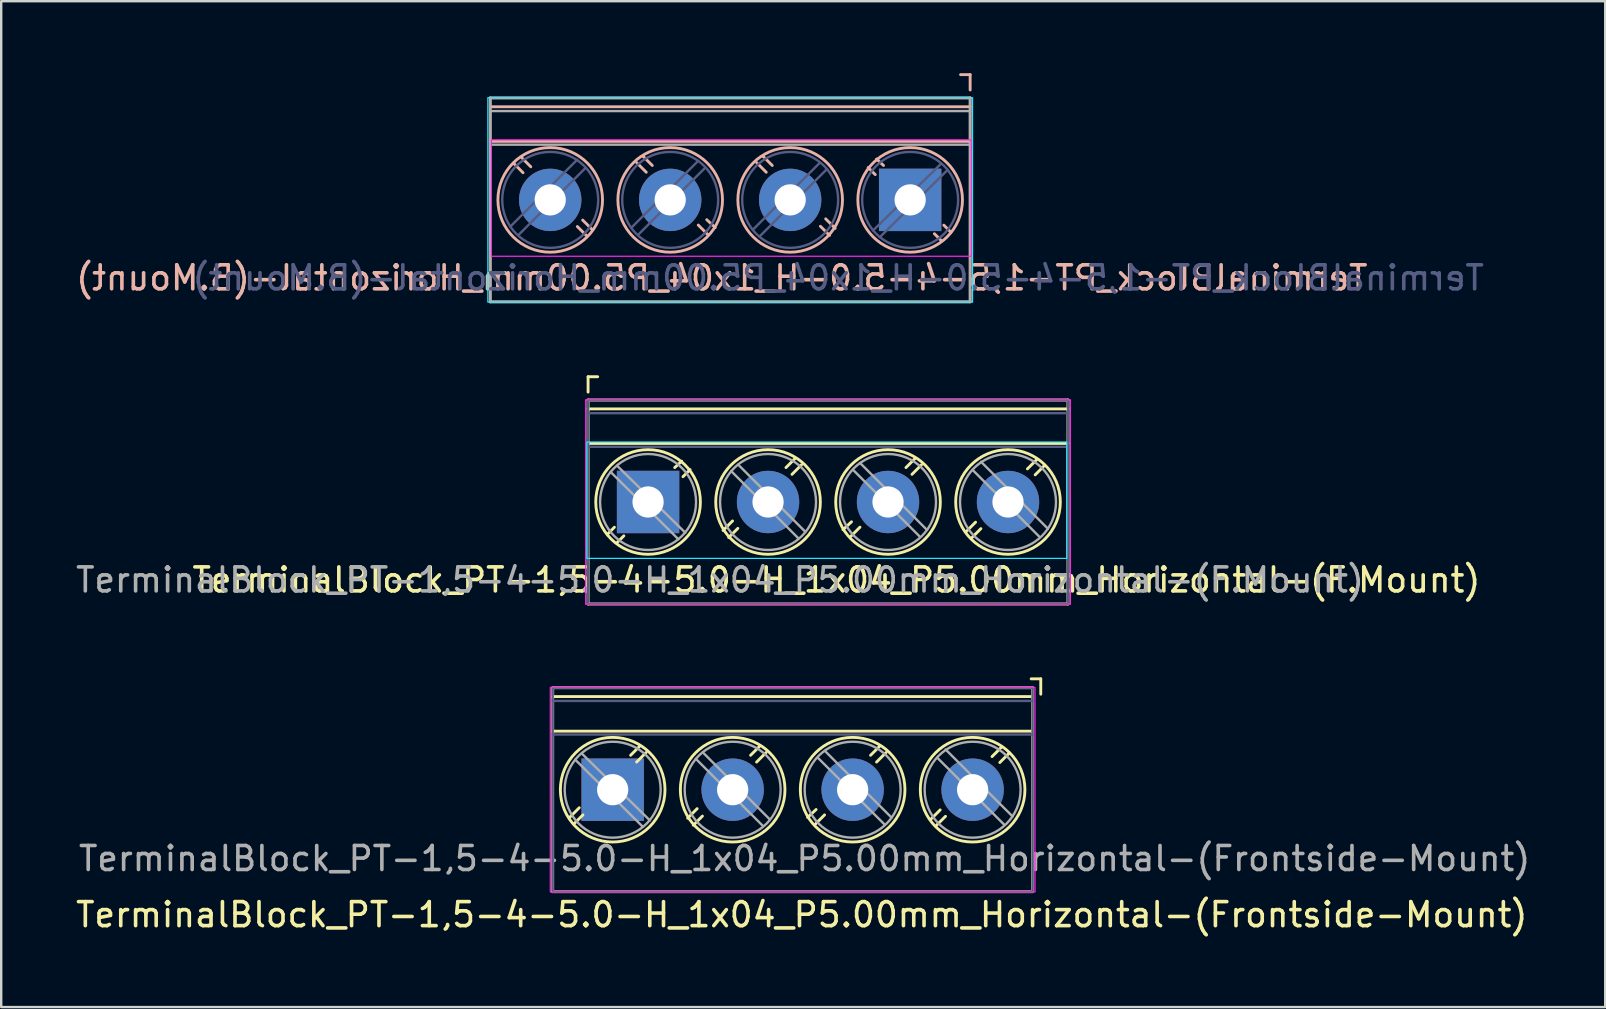
<source format=kicad_pcb>
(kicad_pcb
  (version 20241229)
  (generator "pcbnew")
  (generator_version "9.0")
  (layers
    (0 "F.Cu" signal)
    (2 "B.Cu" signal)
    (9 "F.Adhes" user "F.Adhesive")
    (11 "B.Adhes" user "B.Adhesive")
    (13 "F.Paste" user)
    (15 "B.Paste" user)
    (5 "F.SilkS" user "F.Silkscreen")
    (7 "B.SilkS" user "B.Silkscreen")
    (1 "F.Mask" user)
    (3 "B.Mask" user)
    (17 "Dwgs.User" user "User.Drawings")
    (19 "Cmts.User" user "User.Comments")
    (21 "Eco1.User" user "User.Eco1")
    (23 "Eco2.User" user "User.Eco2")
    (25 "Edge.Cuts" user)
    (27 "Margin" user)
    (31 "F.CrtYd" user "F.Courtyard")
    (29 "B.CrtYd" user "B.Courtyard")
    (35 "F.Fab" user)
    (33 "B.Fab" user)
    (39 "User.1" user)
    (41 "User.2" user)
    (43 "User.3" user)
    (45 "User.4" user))
  (footprint "TerminalBlock_PT-1,5-4-5.0-H_1x04_P5.00mm_Horizontal-(F.Mount)"
    (layer "F.Cu")
    (at 23.958 17.87)
    (property "Reference" "TerminalBlock_PT-1,5-4-5.0-H_1x04_P5.00mm_Horizontal-(F.Mount)" (at 7.85 3.25 0) (layer "F.SilkS") (effects (font (size 1 1) (thickness 0.15))))
    (attr through_hole)
    (fp_line (start -2.5 -5.22) (end -2.1 -5.22) (stroke (width 0.12) (type solid)) (layer "F.SilkS"))
    (fp_line (start -2.5 -4.58) (end -2.5 -5.22) (stroke (width 0.12) (type solid)) (layer "F.SilkS"))
    (fp_line (start -2.5 4.25) (end -2.5 -4.25) (stroke (width 0.12) (type solid)) (layer "F.SilkS"))
    (fp_line (start -1.7 1.35) (end -1.403 1.052) (stroke (width 0.12) (type solid)) (layer "F.SilkS"))
    (fp_line (start -1.3 1.7) (end -1.01 1.41) (stroke (width 0.12) (type solid)) (layer "F.SilkS"))
    (fp_line (start 1.11 -1.434) (end 1.4 -1.7) (stroke (width 0.12) (type solid)) (layer "F.SilkS"))
    (fp_line (start 1.455 -1.054) (end 1.75 -1.35) (stroke (width 0.12) (type solid)) (layer "F.SilkS"))
    (fp_line (start 3.125 1.186) (end 3.52 0.79) (stroke (width 0.12) (type solid)) (layer "F.SilkS"))
    (fp_line (start 3.36 1.48) (end 3.74 1.1) (stroke (width 0.12) (type solid)) (layer "F.SilkS"))
    (fp_line (start 5.747 -1.434) (end 6.127 -1.814) (stroke (width 0.12) (type solid)) (layer "F.SilkS"))
    (fp_line (start 5.998 -1.152) (end 6.393 -1.548) (stroke (width 0.12) (type solid)) (layer "F.SilkS"))
    (fp_line (start 8.123 1.154) (end 8.477 0.826) (stroke (width 0.12) (type solid)) (layer "F.SilkS"))
    (fp_line (start 8.45 1.43) (end 8.83 1.05) (stroke (width 0.12) (type solid)) (layer "F.SilkS"))
    (fp_line (start 10.747 -1.434) (end 11.127 -1.814) (stroke (width 0.12) (type solid)) (layer "F.SilkS"))
    (fp_line (start 10.998 -1.152) (end 11.393 -1.548) (stroke (width 0.12) (type solid)) (layer "F.SilkS"))
    (fp_line (start 13.252 1.238) (end 13.648 0.842) (stroke (width 0.12) (type solid)) (layer "F.SilkS"))
    (fp_line (start 13.49 1.49) (end 13.87 1.11) (stroke (width 0.12) (type solid)) (layer "F.SilkS"))
    (fp_line (start 15.81 -1.38) (end 16.19 -1.76) (stroke (width 0.12) (type solid)) (layer "F.SilkS"))
    (fp_line (start 16.133 -1.132) (end 16.527 -1.528) (stroke (width 0.12) (type solid)) (layer "F.SilkS"))
    (fp_line (start 17.5 -4.25) (end -2.5 -4.25) (stroke (width 0.12) (type solid)) (layer "F.SilkS"))
    (fp_line (start 17.5 -3.88) (end -2.5 -3.88) (stroke (width 0.12) (type solid)) (layer "F.SilkS"))
    (fp_line (start 17.5 -2.44) (end -2.5 -2.44) (stroke (width 0.12) (type solid)) (layer "F.SilkS"))
    (fp_line (start 17.5 4.25) (end -2.5 4.25) (stroke (width 0.12) (type solid)) (layer "F.SilkS"))
    (fp_line (start 17.5 4.25) (end 17.5 -4.25) (stroke (width 0.12) (type solid)) (layer "F.SilkS"))
    (fp_circle (center 0 0) (end 2.18 0) (stroke (width 0.12) (type solid)) (fill no) (layer "F.SilkS"))
    (fp_circle (center 5 0) (end 7.18 0) (stroke (width 0.12) (type solid)) (fill no) (layer "F.SilkS"))
    (fp_circle (center 10 0) (end 12.18 0) (stroke (width 0.12) (type solid)) (fill no) (layer "F.SilkS"))
    (fp_circle (center 15 0) (end 17.18 0) (stroke (width 0.12) (type solid)) (fill no) (layer "F.SilkS"))
    (fp_rect (start -2.55 -2.5) (end 17.45 2.35) (stroke (width 0.05) (type solid)) (fill no) (layer "B.CrtYd"))
    (fp_rect (start -2.6 4.26) (end 17.6 -4.26) (stroke (width 0.05) (type solid)) (fill no) (layer "F.CrtYd"))
    (fp_line (start -2.5 -4.25) (end -2.5 4.25) (stroke (width 0.1) (type solid)) (layer "B.Fab"))
    (fp_line (start -2.5 -4.25) (end 17.5 -4.25) (stroke (width 0.1) (type solid)) (layer "B.Fab"))
    (fp_line (start -2.5 -2.3) (end 17.5 -2.3) (stroke (width 0.1) (type solid)) (layer "B.Fab"))
    (fp_line (start -2.5 4.25) (end 17.5 4.25) (stroke (width 0.1) (type solid)) (layer "B.Fab"))
    (fp_line (start 17.5 -4.25) (end 17.5 4.25) (stroke (width 0.1) (type solid)) (layer "B.Fab"))
    (fp_line (start 17.5 -3.7) (end -2.5 -3.7) (stroke (width 0.1) (type solid)) (layer "B.Fab"))
    (fp_line (start 1.26 1.55) (end -1.56 -1.25) (stroke (width 0.1) (type solid)) (layer "F.Fab"))
    (fp_line (start 1.55 1.28) (end -1.29 -1.51) (stroke (width 0.1) (type solid)) (layer "F.Fab"))
    (fp_line (start 6.255 1.505) (end 3.466 -1.285) (stroke (width 0.1) (type solid)) (layer "F.Fab"))
    (fp_line (start 6.545 1.235) (end 3.756 -1.555) (stroke (width 0.1) (type solid)) (layer "F.Fab"))
    (fp_line (start 11.335 1.455) (end 8.546 -1.335) (stroke (width 0.1) (type solid)) (layer "F.Fab"))
    (fp_line (start 11.624 1.165) (end 8.835 -1.625) (stroke (width 0.1) (type solid)) (layer "F.Fab"))
    (fp_line (start 16.314 1.455) (end 13.525 -1.335) (stroke (width 0.1) (type solid)) (layer "F.Fab"))
    (fp_line (start 16.665 1.115) (end 13.876 -1.675) (stroke (width 0.1) (type solid)) (layer "F.Fab"))
    (fp_circle (center 0 0) (end 2 0) (stroke (width 0.1) (type solid)) (fill no) (layer "F.Fab"))
    (fp_circle (center 5 0) (end 7 0) (stroke (width 0.1) (type solid)) (fill no) (layer "F.Fab"))
    (fp_circle (center 10 0) (end 12 0) (stroke (width 0.1) (type solid)) (fill no) (layer "F.Fab"))
    (fp_circle (center 15 0) (end 17 0) (stroke (width 0.1) (type solid)) (fill no) (layer "F.Fab"))
    (fp_text user "${REFERENCE}" (at 3 3.25 0) (layer "F.Fab") (effects (font (size 1 1) (thickness 0.15))))
    (pad "1" thru_hole rect (at 0 0) (size 2.6 2.6) (drill 1.3) (layers "*.Cu" "*.Mask"))
    (pad "2" thru_hole circle (at 5 0) (size 2.6 2.6) (drill 1.3) (layers "*.Cu" "*.Mask"))
    (pad "3" thru_hole circle (at 10 0) (size 2.6 2.6) (drill 1.3) (layers "*.Cu" "*.Mask"))
    (pad "4" thru_hole circle (at 15 0) (size 2.6 2.6) (drill 1.3) (layers "*.Cu" "*.Mask")))
  (footprint "TerminalBlock_PT-1,5-4-5.0-H_1x04_P5.00mm_Horizontal-(B.Mount)"
    (layer "F.Cu")
    (at 34.88 5.28)
    (property "Reference" "TerminalBlock_PT-1,5-4-5.0-H_1x04_P5.00mm_Horizontal-(B.Mount)" (at -7.85 3.25 0) (layer "B.SilkS") (effects (font (size 1 1) (thickness 0.15)) (justify mirror)))
    (attr through_hole)
    (fp_line (start -17.5 -4.25) (end 2.5 -4.25) (stroke (width 0.12) (type solid)) (layer "B.SilkS"))
    (fp_line (start -17.5 -3.88) (end 2.5 -3.88) (stroke (width 0.12) (type solid)) (layer "B.SilkS"))
    (fp_line (start -17.5 -2.44) (end 2.5 -2.44) (stroke (width 0.12) (type solid)) (layer "B.SilkS"))
    (fp_line (start -17.5 4.25) (end -17.5 -4.25) (stroke (width 0.12) (type solid)) (layer "B.SilkS"))
    (fp_line (start -17.5 4.25) (end 2.5 4.25) (stroke (width 0.12) (type solid)) (layer "B.SilkS"))
    (fp_line (start -16.133 -1.132) (end -16.527 -1.528) (stroke (width 0.12) (type solid)) (layer "B.SilkS"))
    (fp_line (start -15.81 -1.38) (end -16.19 -1.76) (stroke (width 0.12) (type solid)) (layer "B.SilkS"))
    (fp_line (start -13.49 1.49) (end -13.87 1.11) (stroke (width 0.12) (type solid)) (layer "B.SilkS"))
    (fp_line (start -13.252 1.238) (end -13.648 0.842) (stroke (width 0.12) (type solid)) (layer "B.SilkS"))
    (fp_line (start -10.998 -1.152) (end -11.393 -1.548) (stroke (width 0.12) (type solid)) (layer "B.SilkS"))
    (fp_line (start -10.747 -1.434) (end -11.127 -1.814) (stroke (width 0.12) (type solid)) (layer "B.SilkS"))
    (fp_line (start -8.45 1.43) (end -8.83 1.05) (stroke (width 0.12) (type solid)) (layer "B.SilkS"))
    (fp_line (start -8.123 1.154) (end -8.477 0.826) (stroke (width 0.12) (type solid)) (layer "B.SilkS"))
    (fp_line (start -5.998 -1.152) (end -6.393 -1.548) (stroke (width 0.12) (type solid)) (layer "B.SilkS"))
    (fp_line (start -5.747 -1.434) (end -6.127 -1.814) (stroke (width 0.12) (type solid)) (layer "B.SilkS"))
    (fp_line (start -3.36 1.48) (end -3.74 1.1) (stroke (width 0.12) (type solid)) (layer "B.SilkS"))
    (fp_line (start -3.125 1.186) (end -3.52 0.79) (stroke (width 0.12) (type solid)) (layer "B.SilkS"))
    (fp_line (start -1.455 -1.054) (end -1.75 -1.35) (stroke (width 0.12) (type solid)) (layer "B.SilkS"))
    (fp_line (start -1.11 -1.434) (end -1.4 -1.7) (stroke (width 0.12) (type solid)) (layer "B.SilkS"))
    (fp_line (start 1.3 1.7) (end 1.01 1.41) (stroke (width 0.12) (type solid)) (layer "B.SilkS"))
    (fp_line (start 1.7 1.35) (end 1.403 1.052) (stroke (width 0.12) (type solid)) (layer "B.SilkS"))
    (fp_line (start 2.5 -5.22) (end 2.1 -5.22) (stroke (width 0.12) (type solid)) (layer "B.SilkS"))
    (fp_line (start 2.5 -4.58) (end 2.5 -5.22) (stroke (width 0.12) (type solid)) (layer "B.SilkS"))
    (fp_line (start 2.5 4.25) (end 2.5 -4.25) (stroke (width 0.12) (type solid)) (layer "B.SilkS"))
    (fp_circle (center -15 0) (end -17.18 0) (stroke (width 0.12) (type solid)) (fill no) (layer "B.SilkS"))
    (fp_circle (center -10 0) (end -12.18 0) (stroke (width 0.12) (type solid)) (fill no) (layer "B.SilkS"))
    (fp_circle (center -5 0) (end -7.18 0) (stroke (width 0.12) (type solid)) (fill no) (layer "B.SilkS"))
    (fp_circle (center 0 0) (end -2.18 0) (stroke (width 0.12) (type solid)) (fill no) (layer "B.SilkS"))
    (fp_rect (start 2.6 4.26) (end -17.6 -4.26) (stroke (width 0.05) (type solid)) (fill no) (layer "B.CrtYd"))
    (fp_rect (start 2.55 -2.5) (end -17.45 2.35) (stroke (width 0.05) (type solid)) (fill no) (layer "F.CrtYd"))
    (fp_line (start -16.665 1.115) (end -13.876 -1.675) (stroke (width 0.1) (type solid)) (layer "B.Fab"))
    (fp_line (start -16.314 1.455) (end -13.525 -1.335) (stroke (width 0.1) (type solid)) (layer "B.Fab"))
    (fp_line (start -11.624 1.165) (end -8.835 -1.625) (stroke (width 0.1) (type solid)) (layer "B.Fab"))
    (fp_line (start -11.335 1.455) (end -8.546 -1.335) (stroke (width 0.1) (type solid)) (layer "B.Fab"))
    (fp_line (start -6.545 1.235) (end -3.756 -1.555) (stroke (width 0.1) (type solid)) (layer "B.Fab"))
    (fp_line (start -6.255 1.505) (end -3.466 -1.285) (stroke (width 0.1) (type solid)) (layer "B.Fab"))
    (fp_line (start -1.55 1.28) (end 1.29 -1.51) (stroke (width 0.1) (type solid)) (layer "B.Fab"))
    (fp_line (start -1.26 1.55) (end 1.56 -1.25) (stroke (width 0.1) (type solid)) (layer "B.Fab"))
    (fp_circle (center -15 0) (end -17 0) (stroke (width 0.1) (type solid)) (fill no) (layer "B.Fab"))
    (fp_circle (center -10 0) (end -12 0) (stroke (width 0.1) (type solid)) (fill no) (layer "B.Fab"))
    (fp_circle (center -5 0) (end -7 0) (stroke (width 0.1) (type solid)) (fill no) (layer "B.Fab"))
    (fp_circle (center 0 0) (end -2 0) (stroke (width 0.1) (type solid)) (fill no) (layer "B.Fab"))
    (fp_line (start -17.5 -4.25) (end -17.5 4.25) (stroke (width 0.1) (type solid)) (layer "F.Fab"))
    (fp_line (start -17.5 -3.7) (end 2.5 -3.7) (stroke (width 0.1) (type solid)) (layer "F.Fab"))
    (fp_line (start 2.5 -4.25) (end -17.5 -4.25) (stroke (width 0.1) (type solid)) (layer "F.Fab"))
    (fp_line (start 2.5 -4.25) (end 2.5 4.25) (stroke (width 0.1) (type solid)) (layer "F.Fab"))
    (fp_line (start 2.5 -2.3) (end -17.5 -2.3) (stroke (width 0.1) (type solid)) (layer "F.Fab"))
    (fp_line (start 2.5 4.25) (end -17.5 4.25) (stroke (width 0.1) (type solid)) (layer "F.Fab"))
    (fp_text user "${REFERENCE}" (at -3 3.25 0) (layer "B.Fab") (effects (font (size 1 1) (thickness 0.15)) (justify mirror)))
    (pad "1" thru_hole rect (at 0 0) (size 2.6 2.6) (drill 1.3) (layers "*.Cu" "*.Mask"))
    (pad "2" thru_hole circle (at -5 0) (size 2.6 2.6) (drill 1.3) (layers "*.Cu" "*.Mask"))
    (pad "3" thru_hole circle (at -10 0) (size 2.6 2.6) (drill 1.3) (layers "*.Cu" "*.Mask"))
    (pad "4" thru_hole circle (at -15 0) (size 2.6 2.6) (drill 1.3) (layers "*.Cu" "*.Mask")))
  (footprint "TerminalBlock_PT-1,5-4-5.0-H_1x04_P5.00mm_Horizontal-(Frontside-Mount)"
    (layer "F.Cu")
    (at 22.483 29.86)
    (property "Reference" "TerminalBlock_PT-1,5-4-5.0-H_1x04_P5.00mm_Horizontal-(Frontside-Mount)" (at 7.88 5.21 0) (layer "F.SilkS") (effects (font (size 1 1) (thickness 0.15))))
    (attr through_hole)
    (fp_line (start -2.5 4.25) (end -2.5 -4.25) (stroke (width 0.12) (type solid)) (layer "F.SilkS"))
    (fp_line (start -1.788 1.148) (end -1.393 0.752) (stroke (width 0.12) (type solid)) (layer "F.SilkS"))
    (fp_line (start -1.62 1.43) (end -1.24 1.05) (stroke (width 0.12) (type solid)) (layer "F.SilkS"))
    (fp_line (start 0.747 -1.434) (end 1.127 -1.814) (stroke (width 0.12) (type solid)) (layer "F.SilkS"))
    (fp_line (start 0.998 -1.152) (end 1.393 -1.548) (stroke (width 0.12) (type solid)) (layer "F.SilkS"))
    (fp_line (start 3.125 1.186) (end 3.52 0.79) (stroke (width 0.12) (type solid)) (layer "F.SilkS"))
    (fp_line (start 3.36 1.48) (end 3.74 1.1) (stroke (width 0.12) (type solid)) (layer "F.SilkS"))
    (fp_line (start 5.747 -1.434) (end 6.127 -1.814) (stroke (width 0.12) (type solid)) (layer "F.SilkS"))
    (fp_line (start 5.998 -1.152) (end 6.393 -1.548) (stroke (width 0.12) (type solid)) (layer "F.SilkS"))
    (fp_line (start 8.123 1.154) (end 8.477 0.826) (stroke (width 0.12) (type solid)) (layer "F.SilkS"))
    (fp_line (start 8.45 1.43) (end 8.83 1.05) (stroke (width 0.12) (type solid)) (layer "F.SilkS"))
    (fp_line (start 10.747 -1.434) (end 11.127 -1.814) (stroke (width 0.12) (type solid)) (layer "F.SilkS"))
    (fp_line (start 10.998 -1.152) (end 11.393 -1.548) (stroke (width 0.12) (type solid)) (layer "F.SilkS"))
    (fp_line (start 13.252 1.238) (end 13.648 0.842) (stroke (width 0.12) (type solid)) (layer "F.SilkS"))
    (fp_line (start 13.49 1.49) (end 13.87 1.11) (stroke (width 0.12) (type solid)) (layer "F.SilkS"))
    (fp_line (start 15.81 -1.38) (end 16.19 -1.76) (stroke (width 0.12) (type solid)) (layer "F.SilkS"))
    (fp_line (start 16.133 -1.132) (end 16.527 -1.528) (stroke (width 0.12) (type solid)) (layer "F.SilkS"))
    (fp_line (start 17.5 -4.25) (end -2.5 -4.25) (stroke (width 0.12) (type solid)) (layer "F.SilkS"))
    (fp_line (start 17.5 -3.88) (end -2.5 -3.88) (stroke (width 0.12) (type solid)) (layer "F.SilkS"))
    (fp_line (start 17.5 -2.44) (end -2.5 -2.44) (stroke (width 0.12) (type solid)) (layer "F.SilkS"))
    (fp_line (start 17.5 4.25) (end -2.5 4.25) (stroke (width 0.12) (type solid)) (layer "F.SilkS"))
    (fp_line (start 17.5 4.25) (end 17.5 -4.25) (stroke (width 0.12) (type solid)) (layer "F.SilkS"))
    (fp_line (start 17.84 -4.62) (end 17.44 -4.62) (stroke (width 0.12) (type solid)) (layer "F.SilkS"))
    (fp_line (start 17.84 -3.98) (end 17.84 -4.62) (stroke (width 0.12) (type solid)) (layer "F.SilkS"))
    (fp_circle (center 0 0) (end 2.18 0) (stroke (width 0.12) (type solid)) (fill no) (layer "F.SilkS"))
    (fp_circle (center 5 0) (end 7.18 0) (stroke (width 0.12) (type solid)) (fill no) (layer "F.SilkS"))
    (fp_circle (center 10 0) (end 12.18 0) (stroke (width 0.12) (type solid)) (fill no) (layer "F.SilkS"))
    (fp_circle (center 15 0) (end 17.18 0) (stroke (width 0.12) (type solid)) (fill no) (layer "F.SilkS"))
    (fp_rect (start -2.6 4.26) (end 17.6 -4.26) (stroke (width 0.05) (type solid)) (fill no) (layer "F.CrtYd"))
    (fp_line (start -2.5 -4.25) (end -2.5 4.25) (stroke (width 0.1) (type solid)) (layer "B.Fab"))
    (fp_line (start -2.5 -4.25) (end 17.5 -4.25) (stroke (width 0.1) (type solid)) (layer "B.Fab"))
    (fp_line (start -2.5 -2.3) (end 17.5 -2.3) (stroke (width 0.1) (type solid)) (layer "B.Fab"))
    (fp_line (start -2.5 4.25) (end 17.5 4.25) (stroke (width 0.1) (type solid)) (layer "B.Fab"))
    (fp_line (start 17.5 -4.25) (end 17.5 4.25) (stroke (width 0.1) (type solid)) (layer "B.Fab"))
    (fp_line (start 17.5 -3.7) (end -2.5 -3.7) (stroke (width 0.1) (type solid)) (layer "B.Fab"))
    (fp_line (start 1.26 1.55) (end -1.56 -1.25) (stroke (width 0.1) (type solid)) (layer "F.Fab"))
    (fp_line (start 1.55 1.28) (end -1.29 -1.51) (stroke (width 0.1) (type solid)) (layer "F.Fab"))
    (fp_line (start 6.255 1.505) (end 3.466 -1.285) (stroke (width 0.1) (type solid)) (layer "F.Fab"))
    (fp_line (start 6.545 1.235) (end 3.756 -1.555) (stroke (width 0.1) (type solid)) (layer "F.Fab"))
    (fp_line (start 11.335 1.455) (end 8.546 -1.335) (stroke (width 0.1) (type solid)) (layer "F.Fab"))
    (fp_line (start 11.624 1.165) (end 8.835 -1.625) (stroke (width 0.1) (type solid)) (layer "F.Fab"))
    (fp_line (start 16.314 1.455) (end 13.525 -1.335) (stroke (width 0.1) (type solid)) (layer "F.Fab"))
    (fp_line (start 16.665 1.115) (end 13.876 -1.675) (stroke (width 0.1) (type solid)) (layer "F.Fab"))
    (fp_circle (center 0 0) (end 2 0) (stroke (width 0.1) (type solid)) (fill no) (layer "F.Fab"))
    (fp_circle (center 5 0) (end 7 0) (stroke (width 0.1) (type solid)) (fill no) (layer "F.Fab"))
    (fp_circle (center 10 0) (end 12 0) (stroke (width 0.1) (type solid)) (fill no) (layer "F.Fab"))
    (fp_circle (center 15 0) (end 17 0) (stroke (width 0.1) (type solid)) (fill no) (layer "F.Fab"))
    (fp_text user "${REFERENCE}" (at 8 2.87 0) (layer "F.Fab") (effects (font (size 1 1) (thickness 0.15))))
    (pad "1" thru_hole rect (at 0 0) (size 2.6 2.6) (drill 1.3) (layers "*.Cu" "*.Mask"))
    (pad "2" thru_hole circle (at 5 0) (size 2.6 2.6) (drill 1.3) (layers "*.Cu" "*.Mask"))
    (pad "3" thru_hole circle (at 10 0) (size 2.6 2.6) (drill 1.3) (layers "*.Cu" "*.Mask"))
    (pad "4" thru_hole circle (at 15 0) (size 2.6 2.6) (drill 1.3) (layers "*.Cu" "*.Mask")))
  (gr_rect
    (start -3 -3)
    (end 63.846 38.918)
    (stroke (width 0.1) (type default))
    (fill no)
    (layer "Edge.Cuts")))
</source>
